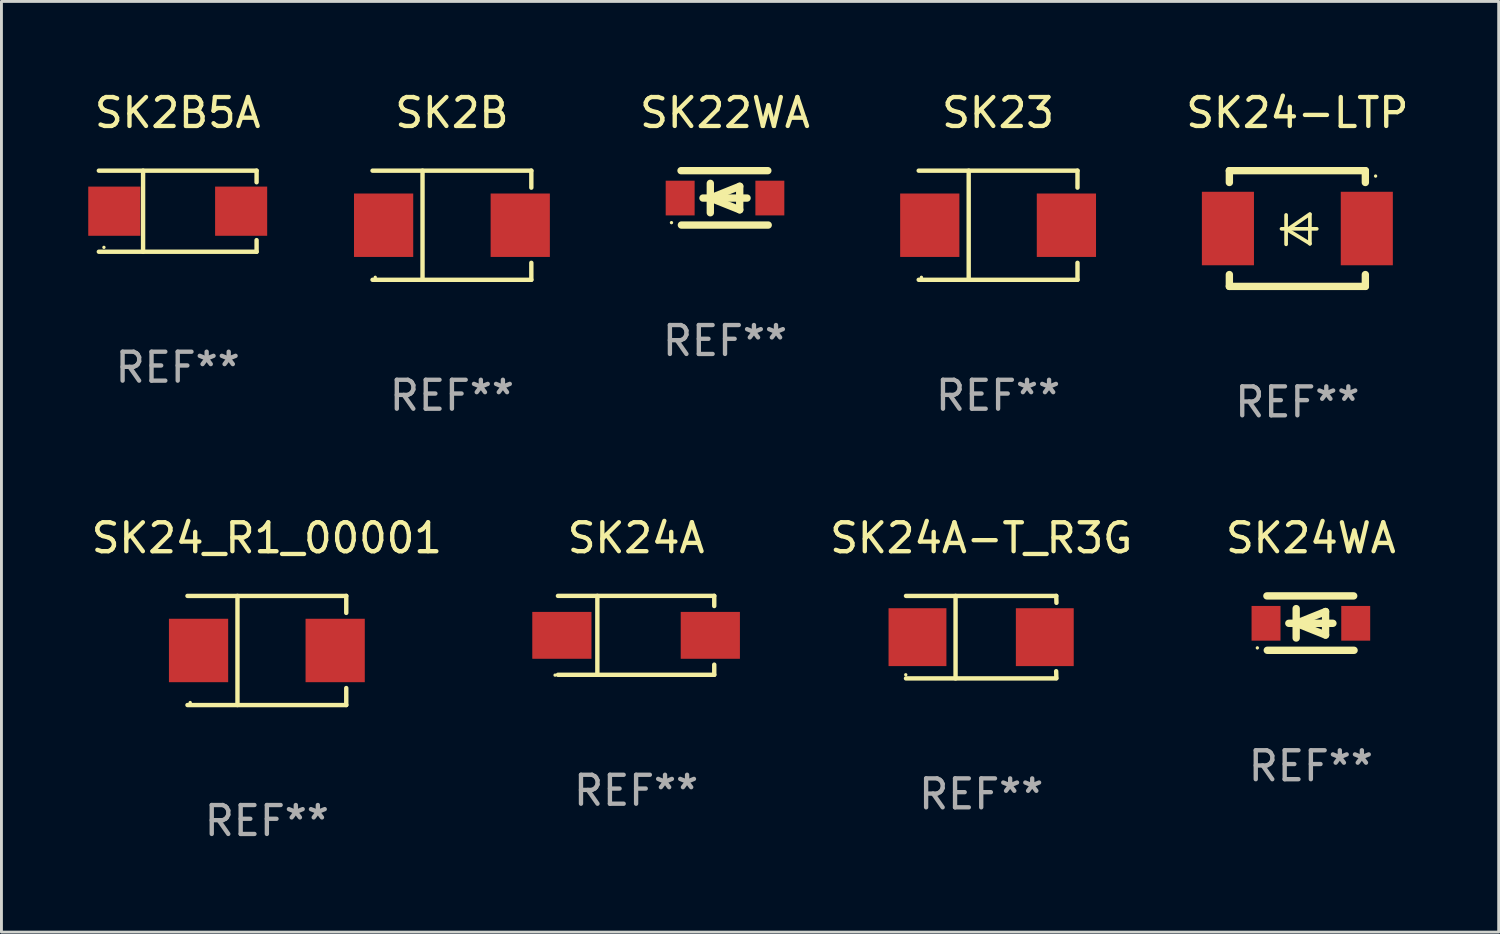
<source format=kicad_pcb>
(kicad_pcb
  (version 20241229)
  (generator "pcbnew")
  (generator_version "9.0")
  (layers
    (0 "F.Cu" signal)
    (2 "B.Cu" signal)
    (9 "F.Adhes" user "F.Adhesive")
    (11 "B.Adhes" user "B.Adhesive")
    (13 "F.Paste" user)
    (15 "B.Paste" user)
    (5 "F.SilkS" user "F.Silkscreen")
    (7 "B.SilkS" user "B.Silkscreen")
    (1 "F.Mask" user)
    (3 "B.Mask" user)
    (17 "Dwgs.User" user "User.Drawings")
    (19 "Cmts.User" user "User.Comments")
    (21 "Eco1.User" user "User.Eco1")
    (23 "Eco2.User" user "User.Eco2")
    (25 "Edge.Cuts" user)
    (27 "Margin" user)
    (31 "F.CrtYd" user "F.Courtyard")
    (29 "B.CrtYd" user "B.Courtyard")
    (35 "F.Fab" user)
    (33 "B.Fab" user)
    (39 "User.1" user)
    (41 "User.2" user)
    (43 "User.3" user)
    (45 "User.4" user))
  (footprint "SK24A-T_R3G"
    (layer "F.Cu")
    (at 30.862 18.971)
    (property "Reference" "SK24A-T_R3G" (at 0 -3.426 0) (layer "F.SilkS") (effects (font (size 1 1) (thickness 0.15))))
    (attr through_hole)
    (fp_line (start -2.6 -1.426) (end 2.593 -1.426) (stroke (width 0.152) (type solid)) (layer "F.SilkS"))
    (fp_line (start -2.6 1.426) (end 2.593 1.426) (stroke (width 0.152) (type solid)) (layer "F.SilkS"))
    (fp_line (start -0.887 -1.426) (end -0.887 1.426) (stroke (width 0.152) (type solid)) (layer "F.SilkS"))
    (fp_line (start 2.59 1.176) (end 2.597 1.415) (stroke (width 0.152) (type solid)) (layer "F.SilkS"))
    (fp_line (start 2.593 -1.426) (end 2.6 -1.187) (stroke (width 0.152) (type solid)) (layer "F.SilkS"))
    (fp_circle (center -2.608 1.3) (end -2.578 1.3) (stroke (width 0.06) (type solid)) (fill no) (layer "F.SilkS"))
    (fp_text user "REF**" (at 0 5.426 0) (layer "F.Fab") (effects (font (size 1 1) (thickness 0.15))))
    (pad "1" smd rect (at -2.203 0 180) (size 2 2) (layers "F.Cu" "F.Mask" "F.Paste"))
    (pad "2" smd rect (at 2.197 0 180) (size 2 2) (layers "F.Cu" "F.Mask" "F.Paste")))
  (footprint "SK2B"
    (layer "F.Cu")
    (at 12.569 4.734)
    (property "Reference" "SK2B" (at 0 -3.886 0) (layer "F.SilkS") (effects (font (size 1 1) (thickness 0.15))))
    (attr through_hole)
    (fp_line (start -2.744 -1.886) (end 2.744 -1.886) (stroke (width 0.152) (type solid)) (layer "F.SilkS"))
    (fp_line (start -2.744 1.886) (end 2.744 1.886) (stroke (width 0.152) (type solid)) (layer "F.SilkS"))
    (fp_line (start -1.016 -1.886) (end -1.016 1.886) (stroke (width 0.152) (type solid)) (layer "F.SilkS"))
    (fp_line (start 2.744 -1.886) (end 2.744 -1.299) (stroke (width 0.152) (type solid)) (layer "F.SilkS"))
    (fp_line (start 2.744 1.886) (end 2.744 1.299) (stroke (width 0.152) (type solid)) (layer "F.SilkS"))
    (fp_circle (center -2.65 1.8) (end -2.62 1.8) (stroke (width 0.06) (type solid)) (fill no) (layer "F.SilkS"))
    (fp_text user "REF**" (at 0 5.886 0) (layer "F.Fab") (effects (font (size 1 1) (thickness 0.15))))
    (pad "1" smd rect (at -2.361 0) (size 2.047 2.192) (layers "F.Cu" "F.Mask" "F.Paste"))
    (pad "2" smd rect (at 2.361 0) (size 2.047 2.192) (layers "F.Cu" "F.Mask" "F.Paste")))
  (footprint "SK24A"
    (layer "F.Cu")
    (at 18.934 18.908)
    (property "Reference" "SK24A" (at 0 -3.364 0) (layer "F.SilkS") (effects (font (size 1 1) (thickness 0.15))))
    (attr through_hole)
    (fp_line (start -2.701 -1.364) (end 2.701 -1.364) (stroke (width 0.152) (type solid)) (layer "F.SilkS"))
    (fp_line (start -2.701 1.364) (end 2.701 1.364) (stroke (width 0.152) (type solid)) (layer "F.SilkS"))
    (fp_line (start -1.339 -1.364) (end -1.339 1.364) (stroke (width 0.152) (type solid)) (layer "F.SilkS"))
    (fp_line (start 2.701 -1.364) (end 2.701 -1.013) (stroke (width 0.152) (type solid)) (layer "F.SilkS"))
    (fp_line (start 2.701 1.364) (end 2.701 1.013) (stroke (width 0.152) (type solid)) (layer "F.SilkS"))
    (fp_circle (center -2.8 1.375) (end -2.77 1.375) (stroke (width 0.06) (type solid)) (fill no) (layer "F.SilkS"))
    (fp_text user "REF**" (at 0 5.364 0) (layer "F.Fab") (effects (font (size 1 1) (thickness 0.15))))
    (pad "1" smd rect (at -2.565 -0.000025) (size 2.046 1.62) (layers "F.Cu" "F.Mask" "F.Paste"))
    (pad "2" smd rect (at 2.565 -0.000025) (size 2.046 1.62) (layers "F.Cu" "F.Mask" "F.Paste")))
  (footprint "SK24WA"
    (layer "F.Cu")
    (at 42.255 18.485)
    (property "Reference" "SK24WA" (at 0 -2.94 0) (layer "F.SilkS") (effects (font (size 1 1) (thickness 0.15))))
    (attr through_hole)
    (fp_line (start -1.52 -0.94) (end 1.48 -0.94) (stroke (width 0.254) (type solid)) (layer "F.SilkS"))
    (fp_line (start -1.507 0.94) (end 1.493 0.94) (stroke (width 0.254) (type solid)) (layer "F.SilkS"))
    (fp_line (start -0.762 0.007) (end 0.762 0.007) (stroke (width 0.254) (type solid)) (layer "F.SilkS"))
    (fp_line (start -0.508 -0.501) (end -0.508 0.515) (stroke (width 0.254) (type solid)) (layer "F.SilkS"))
    (fp_line (start -0.508 0.007) (end 0.508 -0.4) (stroke (width 0.254) (type solid)) (layer "F.SilkS"))
    (fp_line (start 0.508 -0.4) (end 0.508 0.413) (stroke (width 0.254) (type solid)) (layer "F.SilkS"))
    (fp_line (start 0.508 0.413) (end -0.508 0.007) (stroke (width 0.254) (type solid)) (layer "F.SilkS"))
    (fp_circle (center -1.85 0.857) (end -1.82 0.857) (stroke (width 0.06) (type solid)) (fill no) (layer "F.SilkS"))
    (fp_text user "REF**" (at 0 4.94 0) (layer "F.Fab") (effects (font (size 1 1) (thickness 0.15))))
    (pad "1" smd rect (at -1.55 0.007) (size 1 1.2) (layers "F.Cu" "F.Mask" "F.Paste"))
    (pad "2" smd rect (at 1.55 0.007) (size 1 1.2) (layers "F.Cu" "F.Mask" "F.Paste")))
  (footprint "SK24-LTP"
    (layer "F.Cu")
    (at 41.788 4.848)
    (property "Reference" "SK24-LTP" (at 0 -4 0) (layer "F.SilkS") (effects (font (size 1 1) (thickness 0.15))))
    (attr through_hole)
    (fp_line (start -2.35 -2) (end -2.35 -1.591) (stroke (width 0.254) (type solid)) (layer "F.SilkS"))
    (fp_line (start -2.35 -2) (end 2.35 -2) (stroke (width 0.254) (type solid)) (layer "F.SilkS"))
    (fp_line (start -2.35 1.591) (end -2.35 2) (stroke (width 0.254) (type solid)) (layer "F.SilkS"))
    (fp_line (start -2.35 2) (end 2.35 2) (stroke (width 0.254) (type solid)) (layer "F.SilkS"))
    (fp_line (start -0.548 0.01) (end 0.671 0.01) (stroke (width 0.127) (type solid)) (layer "F.SilkS"))
    (fp_line (start -0.389 -0.47) (end -0.389 0.546) (stroke (width 0.127) (type solid)) (layer "F.SilkS"))
    (fp_line (start -0.35 0.04) (end 0.433 0.52) (stroke (width 0.127) (type solid)) (layer "F.SilkS"))
    (fp_line (start 0.433 -0.5) (end -0.35 0.04) (stroke (width 0.127) (type solid)) (layer "F.SilkS"))
    (fp_line (start 0.433 0.53) (end 0.433 -0.486) (stroke (width 0.127) (type solid)) (layer "F.SilkS"))
    (fp_line (start 2.35 -2) (end 2.35 -1.591) (stroke (width 0.254) (type solid)) (layer "F.SilkS"))
    (fp_line (start 2.35 1.591) (end 2.35 2) (stroke (width 0.254) (type solid)) (layer "F.SilkS"))
    (fp_circle (center 2.704 -1.813) (end 2.734 -1.813) (stroke (width 0.06) (type solid)) (fill no) (layer "F.SilkS"))
    (fp_text user "REF**" (at 0 6 0) (layer "F.Fab") (effects (font (size 1 1) (thickness 0.15))))
    (pad "1" smd rect (at 2.4 0) (size 1.8 2.54) (layers "F.Cu" "F.Mask" "F.Paste"))
    (pad "2" smd rect (at -2.4 0) (size 1.8 2.54) (layers "F.Cu" "F.Mask" "F.Paste")))
  (footprint "SK23"
    (layer "F.Cu")
    (at 31.445 4.734)
    (property "Reference" "SK23" (at 0 -3.886 0) (layer "F.SilkS") (effects (font (size 1 1) (thickness 0.15))))
    (attr through_hole)
    (fp_line (start -2.744 -1.886) (end 2.744 -1.886) (stroke (width 0.152) (type solid)) (layer "F.SilkS"))
    (fp_line (start -2.744 1.886) (end 2.744 1.886) (stroke (width 0.152) (type solid)) (layer "F.SilkS"))
    (fp_line (start -1.016 -1.886) (end -1.016 1.886) (stroke (width 0.152) (type solid)) (layer "F.SilkS"))
    (fp_line (start 2.744 -1.886) (end 2.744 -1.299) (stroke (width 0.152) (type solid)) (layer "F.SilkS"))
    (fp_line (start 2.744 1.886) (end 2.744 1.299) (stroke (width 0.152) (type solid)) (layer "F.SilkS"))
    (fp_circle (center -2.65 1.8) (end -2.62 1.8) (stroke (width 0.06) (type solid)) (fill no) (layer "F.SilkS"))
    (fp_text user "REF**" (at 0 5.886 0) (layer "F.Fab") (effects (font (size 1 1) (thickness 0.15))))
    (pad "1" smd rect (at -2.361 0) (size 2.047 2.192) (layers "F.Cu" "F.Mask" "F.Paste"))
    (pad "2" smd rect (at 2.361 0) (size 2.047 2.192) (layers "F.Cu" "F.Mask" "F.Paste")))
  (footprint "SK22WA"
    (layer "F.Cu")
    (at 22.007 3.788)
    (property "Reference" "SK22WA" (at 0 -2.94 0) (layer "F.SilkS") (effects (font (size 1 1) (thickness 0.15))))
    (attr through_hole)
    (fp_line (start -1.52 -0.94) (end 1.48 -0.94) (stroke (width 0.254) (type solid)) (layer "F.SilkS"))
    (fp_line (start -1.507 0.94) (end 1.493 0.94) (stroke (width 0.254) (type solid)) (layer "F.SilkS"))
    (fp_line (start -0.762 0.007) (end 0.762 0.007) (stroke (width 0.254) (type solid)) (layer "F.SilkS"))
    (fp_line (start -0.508 -0.501) (end -0.508 0.515) (stroke (width 0.254) (type solid)) (layer "F.SilkS"))
    (fp_line (start -0.508 0.007) (end 0.508 -0.4) (stroke (width 0.254) (type solid)) (layer "F.SilkS"))
    (fp_line (start 0.508 -0.4) (end 0.508 0.413) (stroke (width 0.254) (type solid)) (layer "F.SilkS"))
    (fp_line (start 0.508 0.413) (end -0.508 0.007) (stroke (width 0.254) (type solid)) (layer "F.SilkS"))
    (fp_circle (center -1.85 0.857) (end -1.82 0.857) (stroke (width 0.06) (type solid)) (fill no) (layer "F.SilkS"))
    (fp_text user "REF**" (at 0 4.94 0) (layer "F.Fab") (effects (font (size 1 1) (thickness 0.15))))
    (pad "1" smd rect (at -1.55 0.007) (size 1 1.2) (layers "F.Cu" "F.Mask" "F.Paste"))
    (pad "2" smd rect (at 1.55 0.007) (size 1 1.2) (layers "F.Cu" "F.Mask" "F.Paste")))
  (footprint "SK2B5A"
    (layer "F.Cu")
    (at 3.092 4.249)
    (property "Reference" "SK2B5A" (at 0 -3.401 0) (layer "F.SilkS") (effects (font (size 1 1) (thickness 0.15))))
    (attr through_hole)
    (fp_line (start -2.726 -1.401) (end 2.726 -1.401) (stroke (width 0.152) (type solid)) (layer "F.SilkS"))
    (fp_line (start -2.726 1.401) (end 2.726 1.401) (stroke (width 0.152) (type solid)) (layer "F.SilkS"))
    (fp_line (start -1.197 -1.401) (end -1.197 1.401) (stroke (width 0.152) (type solid)) (layer "F.SilkS"))
    (fp_line (start 2.726 -1.401) (end 2.726 -1) (stroke (width 0.152) (type solid)) (layer "F.SilkS"))
    (fp_line (start 2.726 1.401) (end 2.726 1) (stroke (width 0.152) (type solid)) (layer "F.SilkS"))
    (fp_circle (center -2.55 1.25) (end -2.52 1.25) (stroke (width 0.06) (type solid)) (fill no) (layer "F.SilkS"))
    (fp_text user "REF**" (at 0 5.401 0) (layer "F.Fab") (effects (font (size 1 1) (thickness 0.15))))
    (pad "1" smd rect (at -2.192 0) (size 1.8 1.7) (layers "F.Cu" "F.Mask" "F.Paste"))
    (pad "2" smd rect (at 2.192 0) (size 1.8 1.7) (layers "F.Cu" "F.Mask" "F.Paste")))
  (footprint "SK24_R1_00001"
    (layer "F.Cu")
    (at 6.173 19.431)
    (property "Reference" "SK24_R1_00001" (at 0 -3.886 0) (layer "F.SilkS") (effects (font (size 1 1) (thickness 0.15))))
    (attr through_hole)
    (fp_line (start -2.744 -1.886) (end 2.744 -1.886) (stroke (width 0.152) (type solid)) (layer "F.SilkS"))
    (fp_line (start -2.744 1.886) (end 2.744 1.886) (stroke (width 0.152) (type solid)) (layer "F.SilkS"))
    (fp_line (start -1.016 -1.886) (end -1.016 1.886) (stroke (width 0.152) (type solid)) (layer "F.SilkS"))
    (fp_line (start 2.744 -1.886) (end 2.744 -1.299) (stroke (width 0.152) (type solid)) (layer "F.SilkS"))
    (fp_line (start 2.744 1.886) (end 2.744 1.299) (stroke (width 0.152) (type solid)) (layer "F.SilkS"))
    (fp_circle (center -2.65 1.8) (end -2.62 1.8) (stroke (width 0.06) (type solid)) (fill no) (layer "F.SilkS"))
    (fp_text user "REF**" (at 0 5.886 0) (layer "F.Fab") (effects (font (size 1 1) (thickness 0.15))))
    (pad "1" smd rect (at -2.361 0) (size 2.047 2.192) (layers "F.Cu" "F.Mask" "F.Paste"))
    (pad "2" smd rect (at 2.361 0) (size 2.047 2.192) (layers "F.Cu" "F.Mask" "F.Paste")))
  (gr_rect
    (start -3 -3)
    (end 48.746 29.165)
    (stroke (width 0.1) (type default))
    (fill no)
    (layer "Edge.Cuts")))
</source>
